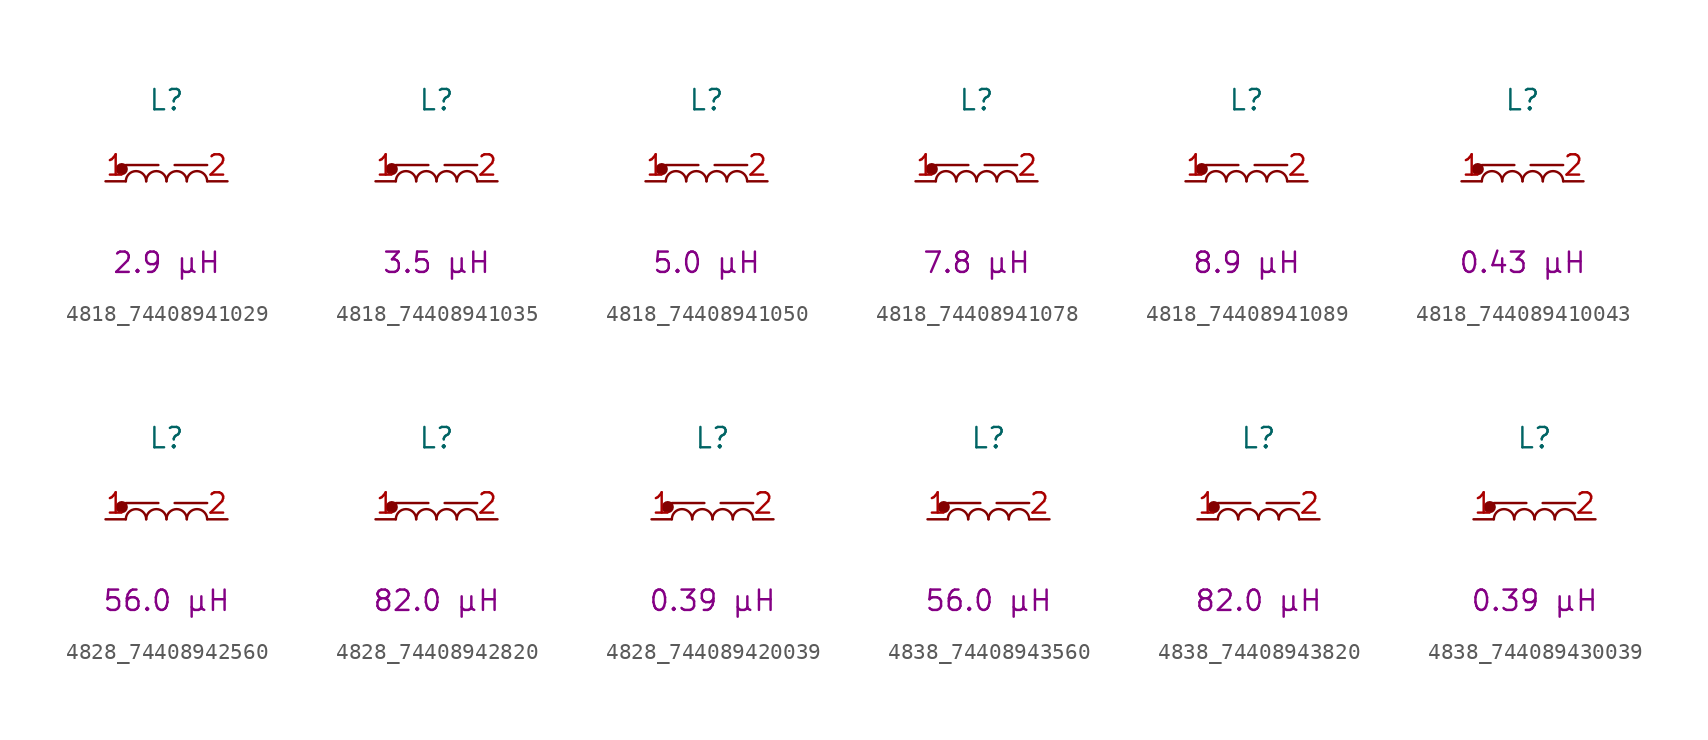
<source format=kicad_sym>
(kicad_symbol_lib
  (version 20220914)
  (generator kicad_symbol_editor)
  (symbol "4818_74408941029"
    (pin_names hide)
    (property "Reference" "L"
      (at 0 5.08 0)
      (effects (font (size 1.27 1.27))))
    (property "Critical Parameter" "2.9 µH"
      (at 0 -5.08 0)
      (effects (font (size 1.27 1.27))))
    (symbol "4818_74408941029_0_1"
      (arc (start -1.27 0) (mid -1.905 0.6323) (end -2.54 0) (stroke (width 0) (type default)) (fill (type none)))
      (arc (start 0 0) (mid -0.635 0.6323) (end -1.27 0) (stroke (width 0) (type default)) (fill (type none)))
      (polyline (pts (xy -2.54 1.016) (xy -0.508 1.016)) (stroke (width 0) (type default)) (fill (type none)))
      (arc (start 1.27 0) (mid 0.635 0.6323) (end 0 0) (stroke (width 0) (type default)) (fill (type none)))
      (arc (start 2.54 0) (mid 1.905 0.6323) (end 1.27 0) (stroke (width 0) (type default)) (fill (type none))))
    (symbol "4818_74408941029_1_1"
      (circle (center -2.794 0.762) (radius 0.0001) (stroke (width 0.381) (type default)) (fill (type none)))
      (polyline (pts (xy 2.54 1.016) (xy 0.508 1.016)) (stroke (width 0) (type default)) (fill (type none)))
      (pin passive line (at -3.81 0 0) (length 1.27) (name "1" (effects (font (size 1.27 1.27)))) (number "1" (effects (font (size 1.27 1.27)))))
      (pin passive line (at 3.81 0 180) (length 1.27) (name "2" (effects (font (size 1.27 1.27)))) (number "2" (effects (font (size 1.27 1.27)))))))
  (symbol "4818_74408941035"
    (pin_names hide)
    (property "Reference" "L"
      (at 0 5.08 0)
      (effects (font (size 1.27 1.27))))
    (property "Critical Parameter" "3.5 µH"
      (at 0 -5.08 0)
      (effects (font (size 1.27 1.27))))
    (symbol "4818_74408941035_0_1"
      (arc (start -1.27 0) (mid -1.905 0.6323) (end -2.54 0) (stroke (width 0) (type default)) (fill (type none)))
      (arc (start 0 0) (mid -0.635 0.6323) (end -1.27 0) (stroke (width 0) (type default)) (fill (type none)))
      (polyline (pts (xy -2.54 1.016) (xy -0.508 1.016)) (stroke (width 0) (type default)) (fill (type none)))
      (arc (start 1.27 0) (mid 0.635 0.6323) (end 0 0) (stroke (width 0) (type default)) (fill (type none)))
      (arc (start 2.54 0) (mid 1.905 0.6323) (end 1.27 0) (stroke (width 0) (type default)) (fill (type none))))
    (symbol "4818_74408941035_1_1"
      (circle (center -2.794 0.762) (radius 0.0001) (stroke (width 0.381) (type default)) (fill (type none)))
      (polyline (pts (xy 2.54 1.016) (xy 0.508 1.016)) (stroke (width 0) (type default)) (fill (type none)))
      (pin passive line (at -3.81 0 0) (length 1.27) (name "1" (effects (font (size 1.27 1.27)))) (number "1" (effects (font (size 1.27 1.27)))))
      (pin passive line (at 3.81 0 180) (length 1.27) (name "2" (effects (font (size 1.27 1.27)))) (number "2" (effects (font (size 1.27 1.27)))))))
  (symbol "4818_74408941050"
    (pin_names hide)
    (property "Reference" "L"
      (at 0 5.08 0)
      (effects (font (size 1.27 1.27))))
    (property "Critical Parameter" "5.0 µH"
      (at 0 -5.08 0)
      (effects (font (size 1.27 1.27))))
    (symbol "4818_74408941050_0_1"
      (arc (start -1.27 0) (mid -1.905 0.6323) (end -2.54 0) (stroke (width 0) (type default)) (fill (type none)))
      (arc (start 0 0) (mid -0.635 0.6323) (end -1.27 0) (stroke (width 0) (type default)) (fill (type none)))
      (polyline (pts (xy -2.54 1.016) (xy -0.508 1.016)) (stroke (width 0) (type default)) (fill (type none)))
      (arc (start 1.27 0) (mid 0.635 0.6323) (end 0 0) (stroke (width 0) (type default)) (fill (type none)))
      (arc (start 2.54 0) (mid 1.905 0.6323) (end 1.27 0) (stroke (width 0) (type default)) (fill (type none))))
    (symbol "4818_74408941050_1_1"
      (circle (center -2.794 0.762) (radius 0.0001) (stroke (width 0.381) (type default)) (fill (type none)))
      (polyline (pts (xy 2.54 1.016) (xy 0.508 1.016)) (stroke (width 0) (type default)) (fill (type none)))
      (pin passive line (at -3.81 0 0) (length 1.27) (name "1" (effects (font (size 1.27 1.27)))) (number "1" (effects (font (size 1.27 1.27)))))
      (pin passive line (at 3.81 0 180) (length 1.27) (name "2" (effects (font (size 1.27 1.27)))) (number "2" (effects (font (size 1.27 1.27)))))))
  (symbol "4818_74408941078"
    (pin_names hide)
    (property "Reference" "L"
      (at 0 5.08 0)
      (effects (font (size 1.27 1.27))))
    (property "Critical Parameter" "7.8 µH"
      (at 0 -5.08 0)
      (effects (font (size 1.27 1.27))))
    (symbol "4818_74408941078_0_1"
      (arc (start -1.27 0) (mid -1.905 0.6323) (end -2.54 0) (stroke (width 0) (type default)) (fill (type none)))
      (arc (start 0 0) (mid -0.635 0.6323) (end -1.27 0) (stroke (width 0) (type default)) (fill (type none)))
      (polyline (pts (xy -2.54 1.016) (xy -0.508 1.016)) (stroke (width 0) (type default)) (fill (type none)))
      (arc (start 1.27 0) (mid 0.635 0.6323) (end 0 0) (stroke (width 0) (type default)) (fill (type none)))
      (arc (start 2.54 0) (mid 1.905 0.6323) (end 1.27 0) (stroke (width 0) (type default)) (fill (type none))))
    (symbol "4818_74408941078_1_1"
      (circle (center -2.794 0.762) (radius 0.0001) (stroke (width 0.381) (type default)) (fill (type none)))
      (polyline (pts (xy 2.54 1.016) (xy 0.508 1.016)) (stroke (width 0) (type default)) (fill (type none)))
      (pin passive line (at -3.81 0 0) (length 1.27) (name "1" (effects (font (size 1.27 1.27)))) (number "1" (effects (font (size 1.27 1.27)))))
      (pin passive line (at 3.81 0 180) (length 1.27) (name "2" (effects (font (size 1.27 1.27)))) (number "2" (effects (font (size 1.27 1.27)))))))
  (symbol "4818_74408941089"
    (pin_names hide)
    (property "Reference" "L"
      (at 0 5.08 0)
      (effects (font (size 1.27 1.27))))
    (property "Critical Parameter" "8.9 µH"
      (at 0 -5.08 0)
      (effects (font (size 1.27 1.27))))
    (symbol "4818_74408941089_0_1"
      (arc (start -1.27 0) (mid -1.905 0.6323) (end -2.54 0) (stroke (width 0) (type default)) (fill (type none)))
      (arc (start 0 0) (mid -0.635 0.6323) (end -1.27 0) (stroke (width 0) (type default)) (fill (type none)))
      (polyline (pts (xy -2.54 1.016) (xy -0.508 1.016)) (stroke (width 0) (type default)) (fill (type none)))
      (arc (start 1.27 0) (mid 0.635 0.6323) (end 0 0) (stroke (width 0) (type default)) (fill (type none)))
      (arc (start 2.54 0) (mid 1.905 0.6323) (end 1.27 0) (stroke (width 0) (type default)) (fill (type none))))
    (symbol "4818_74408941089_1_1"
      (circle (center -2.794 0.762) (radius 0.0001) (stroke (width 0.381) (type default)) (fill (type none)))
      (polyline (pts (xy 2.54 1.016) (xy 0.508 1.016)) (stroke (width 0) (type default)) (fill (type none)))
      (pin passive line (at -3.81 0 0) (length 1.27) (name "1" (effects (font (size 1.27 1.27)))) (number "1" (effects (font (size 1.27 1.27)))))
      (pin passive line (at 3.81 0 180) (length 1.27) (name "2" (effects (font (size 1.27 1.27)))) (number "2" (effects (font (size 1.27 1.27)))))))
  (symbol "4818_744089410043"
    (pin_names hide)
    (property "Reference" "L"
      (at 0 5.08 0)
      (effects (font (size 1.27 1.27))))
    (property "Critical Parameter" "0.43 µH"
      (at 0 -5.08 0)
      (effects (font (size 1.27 1.27))))
    (symbol "4818_744089410043_0_1"
      (arc (start -1.27 0) (mid -1.905 0.6323) (end -2.54 0) (stroke (width 0) (type default)) (fill (type none)))
      (arc (start 0 0) (mid -0.635 0.6323) (end -1.27 0) (stroke (width 0) (type default)) (fill (type none)))
      (polyline (pts (xy -2.54 1.016) (xy -0.508 1.016)) (stroke (width 0) (type default)) (fill (type none)))
      (arc (start 1.27 0) (mid 0.635 0.6323) (end 0 0) (stroke (width 0) (type default)) (fill (type none)))
      (arc (start 2.54 0) (mid 1.905 0.6323) (end 1.27 0) (stroke (width 0) (type default)) (fill (type none))))
    (symbol "4818_744089410043_1_1"
      (circle (center -2.794 0.762) (radius 0.0001) (stroke (width 0.381) (type default)) (fill (type none)))
      (polyline (pts (xy 2.54 1.016) (xy 0.508 1.016)) (stroke (width 0) (type default)) (fill (type none)))
      (pin passive line (at -3.81 0 0) (length 1.27) (name "1" (effects (font (size 1.27 1.27)))) (number "1" (effects (font (size 1.27 1.27)))))
      (pin passive line (at 3.81 0 180) (length 1.27) (name "2" (effects (font (size 1.27 1.27)))) (number "2" (effects (font (size 1.27 1.27)))))))
  (symbol "4828_74408942560"
    (pin_names hide)
    (property "Reference" "L"
      (at 0 5.08 0)
      (effects (font (size 1.27 1.27))))
    (property "Critical Parameter" "56.0 µH"
      (at 0 -5.08 0)
      (effects (font (size 1.27 1.27))))
    (symbol "4828_74408942560_0_1"
      (arc (start -1.27 0) (mid -1.905 0.6323) (end -2.54 0) (stroke (width 0) (type default)) (fill (type none)))
      (arc (start 0 0) (mid -0.635 0.6323) (end -1.27 0) (stroke (width 0) (type default)) (fill (type none)))
      (polyline (pts (xy -2.54 1.016) (xy -0.508 1.016)) (stroke (width 0) (type default)) (fill (type none)))
      (arc (start 1.27 0) (mid 0.635 0.6323) (end 0 0) (stroke (width 0) (type default)) (fill (type none)))
      (arc (start 2.54 0) (mid 1.905 0.6323) (end 1.27 0) (stroke (width 0) (type default)) (fill (type none))))
    (symbol "4828_74408942560_1_1"
      (circle (center -2.794 0.762) (radius 0.0001) (stroke (width 0.381) (type default)) (fill (type none)))
      (polyline (pts (xy 2.54 1.016) (xy 0.508 1.016)) (stroke (width 0) (type default)) (fill (type none)))
      (pin passive line (at -3.81 0 0) (length 1.27) (name "1" (effects (font (size 1.27 1.27)))) (number "1" (effects (font (size 1.27 1.27)))))
      (pin passive line (at 3.81 0 180) (length 1.27) (name "2" (effects (font (size 1.27 1.27)))) (number "2" (effects (font (size 1.27 1.27)))))))
  (symbol "4828_74408942820"
    (pin_names hide)
    (property "Reference" "L"
      (at 0 5.08 0)
      (effects (font (size 1.27 1.27))))
    (property "Critical Parameter" "82.0 µH"
      (at 0 -5.08 0)
      (effects (font (size 1.27 1.27))))
    (symbol "4828_74408942820_0_1"
      (arc (start -1.27 0) (mid -1.905 0.6323) (end -2.54 0) (stroke (width 0) (type default)) (fill (type none)))
      (arc (start 0 0) (mid -0.635 0.6323) (end -1.27 0) (stroke (width 0) (type default)) (fill (type none)))
      (polyline (pts (xy -2.54 1.016) (xy -0.508 1.016)) (stroke (width 0) (type default)) (fill (type none)))
      (arc (start 1.27 0) (mid 0.635 0.6323) (end 0 0) (stroke (width 0) (type default)) (fill (type none)))
      (arc (start 2.54 0) (mid 1.905 0.6323) (end 1.27 0) (stroke (width 0) (type default)) (fill (type none))))
    (symbol "4828_74408942820_1_1"
      (circle (center -2.794 0.762) (radius 0.0001) (stroke (width 0.381) (type default)) (fill (type none)))
      (polyline (pts (xy 2.54 1.016) (xy 0.508 1.016)) (stroke (width 0) (type default)) (fill (type none)))
      (pin passive line (at -3.81 0 0) (length 1.27) (name "1" (effects (font (size 1.27 1.27)))) (number "1" (effects (font (size 1.27 1.27)))))
      (pin passive line (at 3.81 0 180) (length 1.27) (name "2" (effects (font (size 1.27 1.27)))) (number "2" (effects (font (size 1.27 1.27)))))))
  (symbol "4828_744089420039"
    (pin_names hide)
    (property "Reference" "L"
      (at 0 5.08 0)
      (effects (font (size 1.27 1.27))))
    (property "Critical Parameter" "0.39 µH"
      (at 0 -5.08 0)
      (effects (font (size 1.27 1.27))))
    (symbol "4828_744089420039_0_1"
      (arc (start -1.27 0) (mid -1.905 0.6323) (end -2.54 0) (stroke (width 0) (type default)) (fill (type none)))
      (arc (start 0 0) (mid -0.635 0.6323) (end -1.27 0) (stroke (width 0) (type default)) (fill (type none)))
      (polyline (pts (xy -2.54 1.016) (xy -0.508 1.016)) (stroke (width 0) (type default)) (fill (type none)))
      (arc (start 1.27 0) (mid 0.635 0.6323) (end 0 0) (stroke (width 0) (type default)) (fill (type none)))
      (arc (start 2.54 0) (mid 1.905 0.6323) (end 1.27 0) (stroke (width 0) (type default)) (fill (type none))))
    (symbol "4828_744089420039_1_1"
      (circle (center -2.794 0.762) (radius 0.0001) (stroke (width 0.381) (type default)) (fill (type none)))
      (polyline (pts (xy 2.54 1.016) (xy 0.508 1.016)) (stroke (width 0) (type default)) (fill (type none)))
      (pin passive line (at -3.81 0 0) (length 1.27) (name "1" (effects (font (size 1.27 1.27)))) (number "1" (effects (font (size 1.27 1.27)))))
      (pin passive line (at 3.81 0 180) (length 1.27) (name "2" (effects (font (size 1.27 1.27)))) (number "2" (effects (font (size 1.27 1.27)))))))
  (symbol "4838_74408943560"
    (pin_names hide)
    (property "Reference" "L"
      (at 0 5.08 0)
      (effects (font (size 1.27 1.27))))
    (property "Critical Parameter" "56.0 µH"
      (at 0 -5.08 0)
      (effects (font (size 1.27 1.27))))
    (symbol "4838_74408943560_0_1"
      (arc (start -1.27 0) (mid -1.905 0.6323) (end -2.54 0) (stroke (width 0) (type default)) (fill (type none)))
      (arc (start 0 0) (mid -0.635 0.6323) (end -1.27 0) (stroke (width 0) (type default)) (fill (type none)))
      (polyline (pts (xy -2.54 1.016) (xy -0.508 1.016)) (stroke (width 0) (type default)) (fill (type none)))
      (arc (start 1.27 0) (mid 0.635 0.6323) (end 0 0) (stroke (width 0) (type default)) (fill (type none)))
      (arc (start 2.54 0) (mid 1.905 0.6323) (end 1.27 0) (stroke (width 0) (type default)) (fill (type none))))
    (symbol "4838_74408943560_1_1"
      (circle (center -2.794 0.762) (radius 0.0001) (stroke (width 0.381) (type default)) (fill (type none)))
      (polyline (pts (xy 2.54 1.016) (xy 0.508 1.016)) (stroke (width 0) (type default)) (fill (type none)))
      (pin passive line (at -3.81 0 0) (length 1.27) (name "1" (effects (font (size 1.27 1.27)))) (number "1" (effects (font (size 1.27 1.27)))))
      (pin passive line (at 3.81 0 180) (length 1.27) (name "2" (effects (font (size 1.27 1.27)))) (number "2" (effects (font (size 1.27 1.27)))))))
  (symbol "4838_74408943820"
    (pin_names hide)
    (property "Reference" "L"
      (at 0 5.08 0)
      (effects (font (size 1.27 1.27))))
    (property "Critical Parameter" "82.0 µH"
      (at 0 -5.08 0)
      (effects (font (size 1.27 1.27))))
    (symbol "4838_74408943820_0_1"
      (arc (start -1.27 0) (mid -1.905 0.6323) (end -2.54 0) (stroke (width 0) (type default)) (fill (type none)))
      (arc (start 0 0) (mid -0.635 0.6323) (end -1.27 0) (stroke (width 0) (type default)) (fill (type none)))
      (polyline (pts (xy -2.54 1.016) (xy -0.508 1.016)) (stroke (width 0) (type default)) (fill (type none)))
      (arc (start 1.27 0) (mid 0.635 0.6323) (end 0 0) (stroke (width 0) (type default)) (fill (type none)))
      (arc (start 2.54 0) (mid 1.905 0.6323) (end 1.27 0) (stroke (width 0) (type default)) (fill (type none))))
    (symbol "4838_74408943820_1_1"
      (circle (center -2.794 0.762) (radius 0.0001) (stroke (width 0.381) (type default)) (fill (type none)))
      (polyline (pts (xy 2.54 1.016) (xy 0.508 1.016)) (stroke (width 0) (type default)) (fill (type none)))
      (pin passive line (at -3.81 0 0) (length 1.27) (name "1" (effects (font (size 1.27 1.27)))) (number "1" (effects (font (size 1.27 1.27)))))
      (pin passive line (at 3.81 0 180) (length 1.27) (name "2" (effects (font (size 1.27 1.27)))) (number "2" (effects (font (size 1.27 1.27)))))))
  (symbol "4838_744089430039"
    (pin_names hide)
    (property "Reference" "L"
      (at 0 5.08 0)
      (effects (font (size 1.27 1.27))))
    (property "Critical Parameter" "0.39 µH"
      (at 0 -5.08 0)
      (effects (font (size 1.27 1.27))))
    (symbol "4838_744089430039_0_1"
      (arc (start -1.27 0) (mid -1.905 0.6323) (end -2.54 0) (stroke (width 0) (type default)) (fill (type none)))
      (arc (start 0 0) (mid -0.635 0.6323) (end -1.27 0) (stroke (width 0) (type default)) (fill (type none)))
      (polyline (pts (xy -2.54 1.016) (xy -0.508 1.016)) (stroke (width 0) (type default)) (fill (type none)))
      (arc (start 1.27 0) (mid 0.635 0.6323) (end 0 0) (stroke (width 0) (type default)) (fill (type none)))
      (arc (start 2.54 0) (mid 1.905 0.6323) (end 1.27 0) (stroke (width 0) (type default)) (fill (type none))))
    (symbol "4838_744089430039_1_1"
      (circle (center -2.794 0.762) (radius 0.0001) (stroke (width 0.381) (type default)) (fill (type none)))
      (polyline (pts (xy 2.54 1.016) (xy 0.508 1.016)) (stroke (width 0) (type default)) (fill (type none)))
      (pin passive line (at -3.81 0 0) (length 1.27) (name "1" (effects (font (size 1.27 1.27)))) (number "1" (effects (font (size 1.27 1.27)))))
      (pin passive line (at 3.81 0 180) (length 1.27) (name "2" (effects (font (size 1.27 1.27)))) (number "2" (effects (font (size 1.27 1.27))))))))
</source>
